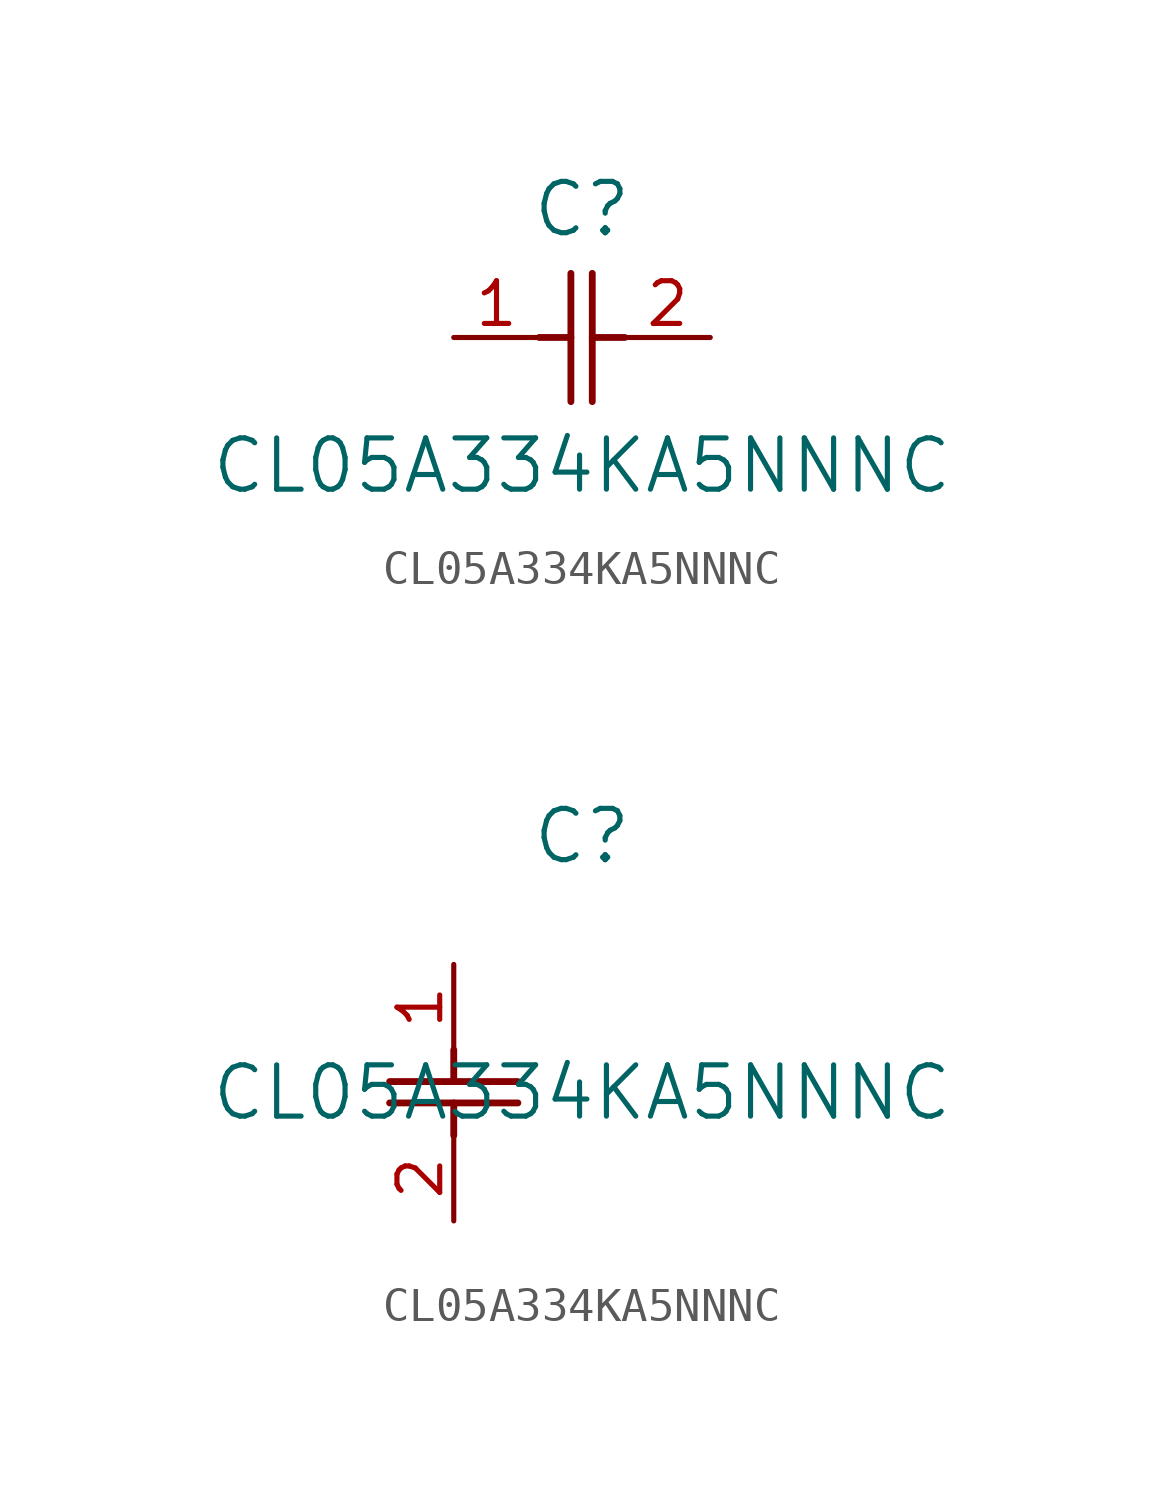
<source format=kicad_sym>
(kicad_symbol_lib
  (version 20211014)
  (generator kicad_symbol_editor)
  (symbol "CL05A334KA5NNNC"
    (pin_names
      (offset 0.254))
    (property "Reference" "C"
      (at 3.81 3.81 0)
      (effects (font (size 1.524 1.524))))
    (property "Value" "CL05A334KA5NNNC"
      (at 3.81 -3.81 0)
      (effects (font (size 1.524 1.524))))
    (symbol "CL05A334KA5NNNC_1_1"
      (polyline (pts (xy 3.48 -1.905) (xy 3.48 1.905)) (stroke (width 0.203) (type default) (color 0 0 0 0)) (fill (type none)))
      (polyline (pts (xy 4.115 -1.905) (xy 4.115 1.905)) (stroke (width 0.203) (type default) (color 0 0 0 0)) (fill (type none)))
      (polyline (pts (xy 4.115 0) (xy 5.08 0)) (stroke (width 0.203) (type default) (color 0 0 0 0)) (fill (type none)))
      (polyline (pts (xy 2.54 0) (xy 3.48 0)) (stroke (width 0.203) (type default) (color 0 0 0 0)) (fill (type none)))
      (pin unspecified line (at 0 0 0) (length 2.54) (name "" (effects (font (size 1.27 1.27)))) (number "1" (effects (font (size 1.27 1.27)))))
      (pin unspecified line (at 7.62 0 180) (length 2.54) (name "" (effects (font (size 1.27 1.27)))) (number "2" (effects (font (size 1.27 1.27))))))
    (symbol "CL05A334KA5NNNC_1_2"
      (polyline (pts (xy -1.905 -3.48) (xy 1.905 -3.48)) (stroke (width 0.203) (type default) (color 0 0 0 0)) (fill (type none)))
      (polyline (pts (xy -1.905 -4.115) (xy 1.905 -4.115)) (stroke (width 0.203) (type default) (color 0 0 0 0)) (fill (type none)))
      (polyline (pts (xy 0 -4.115) (xy 0 -5.08)) (stroke (width 0.203) (type default) (color 0 0 0 0)) (fill (type none)))
      (polyline (pts (xy 0 -2.54) (xy 0 -3.48)) (stroke (width 0.203) (type default) (color 0 0 0 0)) (fill (type none)))
      (pin unspecified line (at 0 0 270) (length 2.54) (name "" (effects (font (size 1.27 1.27)))) (number "1" (effects (font (size 1.27 1.27)))))
      (pin unspecified line (at 0 -7.62 90) (length 2.54) (name "" (effects (font (size 1.27 1.27)))) (number "2" (effects (font (size 1.27 1.27))))))))
</source>
